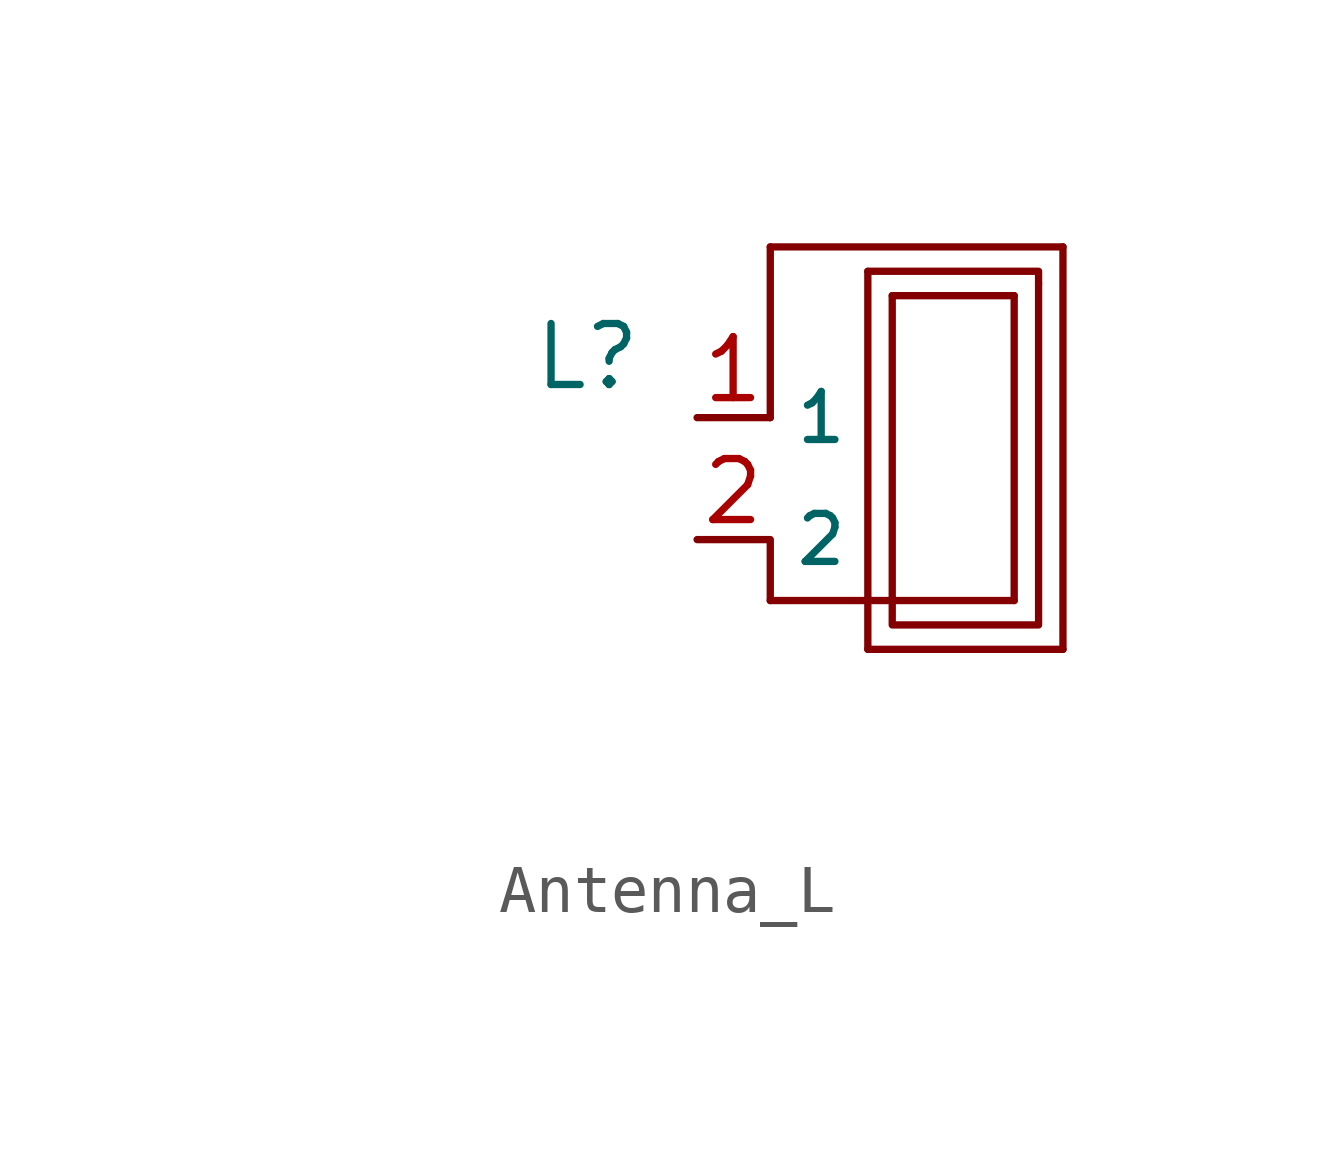
<source format=kicad_sym>
(kicad_symbol_lib
  (version 20220914)
  (generator kicad_symbol_editor)
  (symbol "Antenna_L"
    (property "Reference" "L"
      (at 6.35 8.89 0)
      (effects (font (size 1.27 1.27))))
    (property "Value" ""
      (at 0 0 0)
      (effects (font (size 1.27 1.27))))
    (symbol "Antenna_L_0_1"
      (polyline (pts (xy 10.16 3.81) (xy 15.24 3.81)) (stroke (width 0) (type default)) (fill (type none)))
      (polyline (pts (xy 10.16 5.08) (xy 10.16 3.81)) (stroke (width 0) (type default)) (fill (type none)))
      (polyline (pts (xy 10.16 7.62) (xy 10.16 7.62)) (stroke (width 0) (type default)) (fill (type none)))
      (polyline (pts (xy 10.16 7.62) (xy 10.16 11.176)) (stroke (width 0) (type default)) (fill (type none)))
      (polyline (pts (xy 12.192 2.794) (xy 16.256 2.794)) (stroke (width 0) (type default)) (fill (type none)))
      (polyline (pts (xy 12.192 10.668) (xy 12.192 2.794)) (stroke (width 0) (type default)) (fill (type none)))
      (polyline (pts (xy 15.24 3.81) (xy 15.24 10.16)) (stroke (width 0) (type default)) (fill (type none)))
      (polyline (pts (xy 15.24 10.16) (xy 12.7 10.16)) (stroke (width 0) (type default)) (fill (type none)))
      (polyline (pts (xy 16.256 2.794) (xy 16.256 11.176)) (stroke (width 0) (type default)) (fill (type none)))
      (polyline (pts (xy 16.256 11.176) (xy 10.16 11.176)) (stroke (width 0) (type default)) (fill (type none)))
      (polyline (pts (xy 15.748 10.414) (xy 15.748 10.668) (xy 12.192 10.668)) (stroke (width 0) (type default)) (fill (type none)))
      (polyline (pts (xy 12.7 10.16) (xy 12.7 3.302) (xy 15.748 3.302) (xy 15.748 10.414)) (stroke (width 0) (type default)) (fill (type none))))
    (symbol "Antenna_L_1_0"
      (pin power_in line (at 8.636 7.62 0) (length 1.5) (name "1" (effects (font (size 1 1)))) (number "1" (effects (font (size 1.27 1.27)))))
      (pin power_out line (at 8.636 5.08 0) (length 1.5) (name "2" (effects (font (size 1 1)))) (number "2" (effects (font (size 1.27 1.27))))))))
</source>
